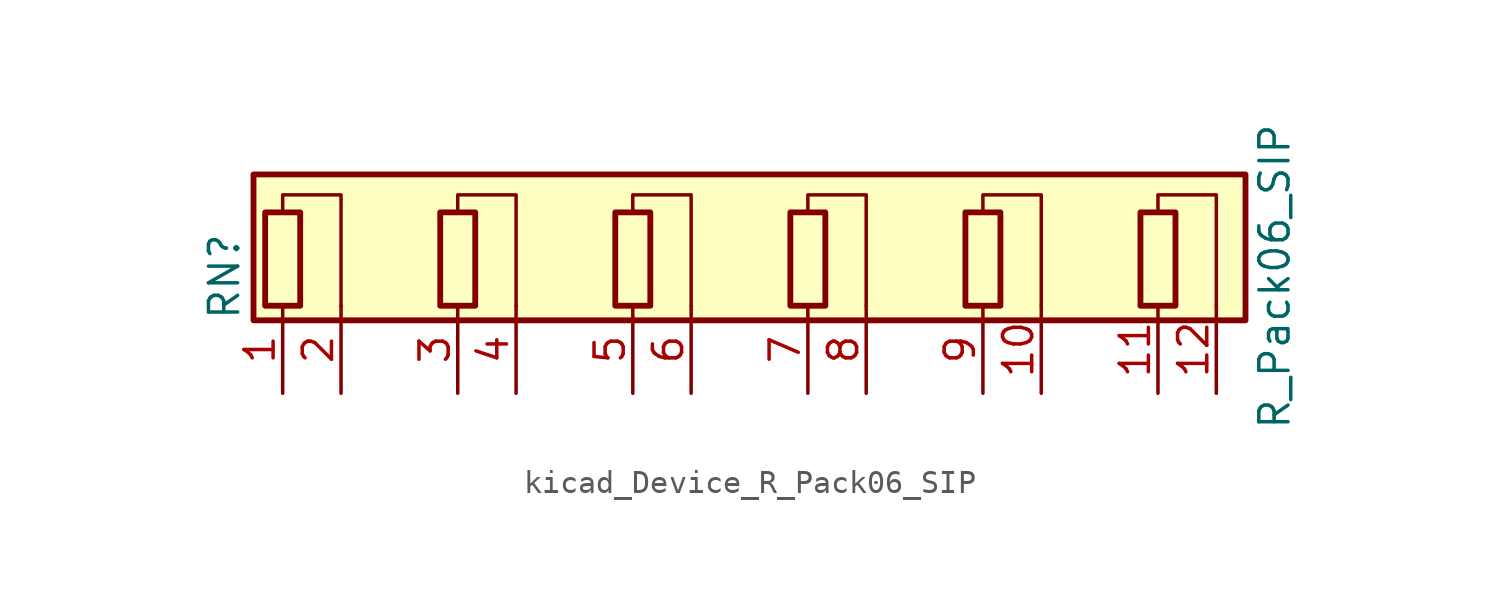
<source format=kicad_sym>
(kicad_symbol_lib
  (version 20220914)
  (generator kicad_symbol_editor)
  (symbol "kicad_Device_R_Pack06_SIP"
    (pin_names
      (offset 0) hide)
    (property "Reference" "RN"
      (at -22.86 0 90)
      (effects (font (size 1.27 1.27))))
    (property "Value" "R_Pack06_SIP"
      (at 22.86 0 90)
      (effects (font (size 1.27 1.27))))
    (symbol "kicad_Device_R_Pack06_SIP_0_1"
      (rectangle (start -21.59 -1.905) (end 21.59 4.445) (stroke (width 0.254) (type default)) (fill (type background)))
      (rectangle (start -21.082 2.794) (end -19.558 -1.27) (stroke (width 0.254) (type default)) (fill (type none)))
      (rectangle (start -13.462 2.794) (end -11.938 -1.27) (stroke (width 0.254) (type default)) (fill (type none)))
      (rectangle (start -5.842 2.794) (end -4.318 -1.27) (stroke (width 0.254) (type default)) (fill (type none)))
      (polyline (pts (xy -20.32 2.794) (xy -20.32 3.556) (xy -17.78 3.556) (xy -17.78 -1.27)) (stroke (width 0) (type default)) (fill (type none)))
      (polyline (pts (xy -12.7 2.794) (xy -12.7 3.556) (xy -10.16 3.556) (xy -10.16 -1.27)) (stroke (width 0) (type default)) (fill (type none)))
      (polyline (pts (xy -5.08 2.794) (xy -5.08 3.556) (xy -2.54 3.556) (xy -2.54 -1.27)) (stroke (width 0) (type default)) (fill (type none)))
      (polyline (pts (xy 2.54 2.794) (xy 2.54 3.556) (xy 5.08 3.556) (xy 5.08 -1.27)) (stroke (width 0) (type default)) (fill (type none)))
      (polyline (pts (xy 10.16 2.794) (xy 10.16 3.556) (xy 12.7 3.556) (xy 12.7 -1.27)) (stroke (width 0) (type default)) (fill (type none)))
      (polyline (pts (xy 17.78 2.794) (xy 17.78 3.556) (xy 20.32 3.556) (xy 20.32 -1.27)) (stroke (width 0) (type default)) (fill (type none)))
      (rectangle (start 1.778 2.794) (end 3.302 -1.27) (stroke (width 0.254) (type default)) (fill (type none)))
      (rectangle (start 9.398 2.794) (end 10.922 -1.27) (stroke (width 0.254) (type default)) (fill (type none)))
      (rectangle (start 17.018 2.794) (end 18.542 -1.27) (stroke (width 0.254) (type default)) (fill (type none))))
    (symbol "kicad_Device_R_Pack06_SIP_1_1"
      (pin passive line (at -20.32 -5.08 90) (length 3.81) (name "R1.1" (effects (font (size 1.27 1.27)))) (number "1" (effects (font (size 1.27 1.27)))))
      (pin passive line (at 12.7 -5.08 90) (length 3.81) (name "R5.2" (effects (font (size 1.27 1.27)))) (number "10" (effects (font (size 1.27 1.27)))))
      (pin passive line (at 17.78 -5.08 90) (length 3.81) (name "R6.1" (effects (font (size 1.27 1.27)))) (number "11" (effects (font (size 1.27 1.27)))))
      (pin passive line (at 20.32 -5.08 90) (length 3.81) (name "R6.2" (effects (font (size 1.27 1.27)))) (number "12" (effects (font (size 1.27 1.27)))))
      (pin passive line (at -17.78 -5.08 90) (length 3.81) (name "R1.2" (effects (font (size 1.27 1.27)))) (number "2" (effects (font (size 1.27 1.27)))))
      (pin passive line (at -12.7 -5.08 90) (length 3.81) (name "R2.1" (effects (font (size 1.27 1.27)))) (number "3" (effects (font (size 1.27 1.27)))))
      (pin passive line (at -10.16 -5.08 90) (length 3.81) (name "R2.2" (effects (font (size 1.27 1.27)))) (number "4" (effects (font (size 1.27 1.27)))))
      (pin passive line (at -5.08 -5.08 90) (length 3.81) (name "R3.1" (effects (font (size 1.27 1.27)))) (number "5" (effects (font (size 1.27 1.27)))))
      (pin passive line (at -2.54 -5.08 90) (length 3.81) (name "R3.2" (effects (font (size 1.27 1.27)))) (number "6" (effects (font (size 1.27 1.27)))))
      (pin passive line (at 2.54 -5.08 90) (length 3.81) (name "R4.1" (effects (font (size 1.27 1.27)))) (number "7" (effects (font (size 1.27 1.27)))))
      (pin passive line (at 5.08 -5.08 90) (length 3.81) (name "R4.2" (effects (font (size 1.27 1.27)))) (number "8" (effects (font (size 1.27 1.27)))))
      (pin passive line (at 10.16 -5.08 90) (length 3.81) (name "R5.1" (effects (font (size 1.27 1.27)))) (number "9" (effects (font (size 1.27 1.27))))))))
</source>
